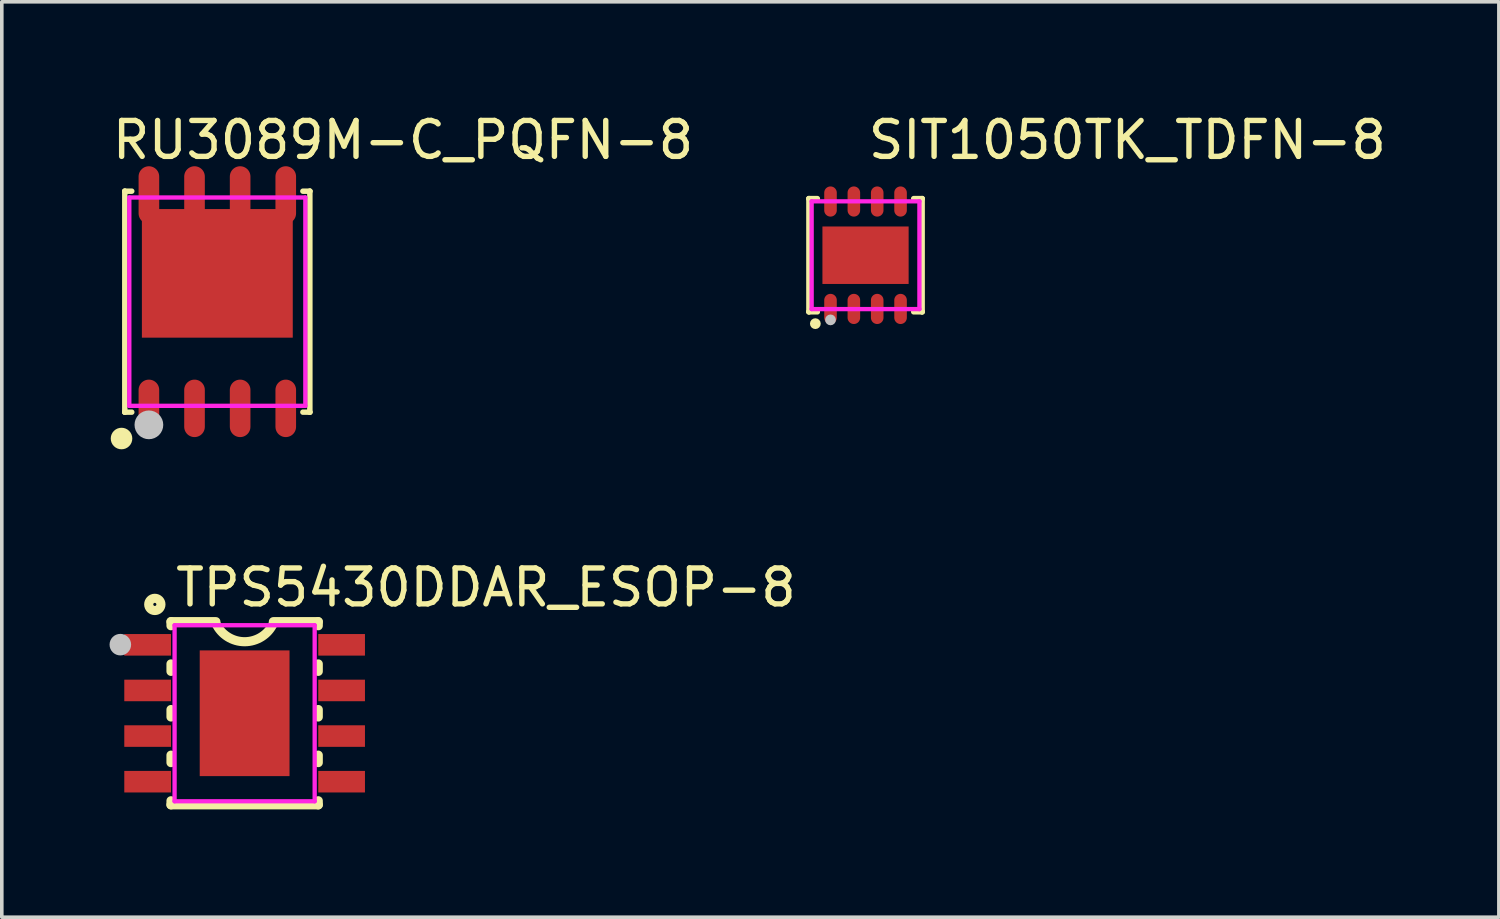
<source format=kicad_pcb>
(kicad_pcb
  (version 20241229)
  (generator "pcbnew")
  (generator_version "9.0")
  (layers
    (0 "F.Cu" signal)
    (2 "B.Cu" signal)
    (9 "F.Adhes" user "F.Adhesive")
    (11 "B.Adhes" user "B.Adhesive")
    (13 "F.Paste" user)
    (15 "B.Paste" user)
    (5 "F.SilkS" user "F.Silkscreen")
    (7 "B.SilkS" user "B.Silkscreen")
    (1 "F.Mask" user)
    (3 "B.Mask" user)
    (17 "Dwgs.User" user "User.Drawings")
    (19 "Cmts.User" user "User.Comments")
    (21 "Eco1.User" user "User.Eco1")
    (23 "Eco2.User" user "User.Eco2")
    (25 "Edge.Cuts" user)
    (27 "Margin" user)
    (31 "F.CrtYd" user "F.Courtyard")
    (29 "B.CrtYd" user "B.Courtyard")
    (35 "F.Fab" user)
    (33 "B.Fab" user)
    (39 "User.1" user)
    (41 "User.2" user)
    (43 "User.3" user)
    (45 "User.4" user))
  (footprint "SIT1050TK_TDFN-8"
    (layer "F.Cu")
    (at 21.045 4.055)
    (property "Reference" "SIT1050TK_TDFN-8" (at 0 -3.207 0) (layer "F.SilkS") (effects (font (size 1 1) (thickness 0.15)) (justify left)))
    (attr through_hole)
    (fp_line (start -1.576 -1.576) (end -1.576 -1.576) (stroke (width 0.152) (type solid)) (layer "F.SilkS"))
    (fp_line (start -1.576 -1.576) (end -1.341 -1.576) (stroke (width 0.152) (type solid)) (layer "F.SilkS"))
    (fp_line (start -1.576 1.576) (end -1.576 -1.576) (stroke (width 0.152) (type solid)) (layer "F.SilkS"))
    (fp_line (start -1.576 1.576) (end -1.576 1.576) (stroke (width 0.152) (type solid)) (layer "F.SilkS"))
    (fp_line (start -1.341 1.576) (end -1.576 1.576) (stroke (width 0.152) (type solid)) (layer "F.SilkS"))
    (fp_line (start 1.341 1.576) (end 1.576 1.576) (stroke (width 0.152) (type solid)) (layer "F.SilkS"))
    (fp_line (start 1.576 -1.576) (end 1.341 -1.576) (stroke (width 0.152) (type solid)) (layer "F.SilkS"))
    (fp_line (start 1.576 -1.576) (end 1.576 -1.576) (stroke (width 0.152) (type solid)) (layer "F.SilkS"))
    (fp_line (start 1.576 1.576) (end 1.576 -1.576) (stroke (width 0.152) (type solid)) (layer "F.SilkS"))
    (fp_line (start 1.576 1.576) (end 1.576 1.576) (stroke (width 0.152) (type solid)) (layer "F.SilkS"))
    (fp_circle (center -1.397 1.905) (end -1.322 1.905) (stroke (width 0.15) (type solid)) (fill no) (layer "F.SilkS"))
    (fp_circle (center -0.975 1.8) (end -0.9 1.8) (stroke (width 0.15) (type solid)) (fill no) (layer "Dwgs.User"))
    (fp_circle (center -1.5 1.5) (end -1.47 1.5) (stroke (width 0.06) (type solid)) (fill no) (layer "Eco2.User"))
    (fp_poly (pts (xy -1.1 -1.5) (xy -1.1 -1.1) (xy -0.85 -1.1) (xy -0.85 -1.5)) (stroke (width 0.12) (type solid)) (fill no) (layer "Eco2.User"))
    (fp_poly (pts (xy -1.1 1.5) (xy -1.1 1.1) (xy -0.85 1.1) (xy -0.85 1.5)) (stroke (width 0.12) (type solid)) (fill no) (layer "Eco2.User"))
    (fp_poly (pts (xy -0.45 -1.5) (xy -0.45 -1.1) (xy -0.2 -1.1) (xy -0.2 -1.5)) (stroke (width 0.12) (type solid)) (fill no) (layer "Eco2.User"))
    (fp_poly (pts (xy -0.45 1.5) (xy -0.45 1.1) (xy -0.2 1.1) (xy -0.2 1.5)) (stroke (width 0.12) (type solid)) (fill no) (layer "Eco2.User"))
    (fp_poly (pts (xy 0.2 -1.5) (xy 0.2 -1.1) (xy 0.45 -1.1) (xy 0.45 -1.5)) (stroke (width 0.12) (type solid)) (fill no) (layer "Eco2.User"))
    (fp_poly (pts (xy 0.2 1.5) (xy 0.2 1.1) (xy 0.45 1.1) (xy 0.45 1.5)) (stroke (width 0.12) (type solid)) (fill no) (layer "Eco2.User"))
    (fp_poly (pts (xy 0.85 -1.5) (xy 0.85 -1.1) (xy 1.1 -1.1) (xy 1.1 -1.5)) (stroke (width 0.12) (type solid)) (fill no) (layer "Eco2.User"))
    (fp_poly (pts (xy 0.85 1.5) (xy 0.85 1.1) (xy 1.1 1.1) (xy 1.1 1.5)) (stroke (width 0.12) (type solid)) (fill no) (layer "Eco2.User"))
    (fp_poly (pts (xy -1.2 0.64) (xy -1.2 -0.8) (xy 1.2 -0.8) (xy 1.2 0.8) (xy -1.04 0.8)) (stroke (width 0.12) (type solid)) (fill no) (layer "Eco2.User"))
    (fp_line (start -1.5 -1.5) (end 1.5 -1.5) (stroke (width 0.12) (type solid)) (layer "F.CrtYd"))
    (fp_line (start -1.5 1.5) (end -1.5 -1.5) (stroke (width 0.12) (type solid)) (layer "F.CrtYd"))
    (fp_line (start 1.5 -1.5) (end 1.5 1.5) (stroke (width 0.12) (type solid)) (layer "F.CrtYd"))
    (fp_line (start 1.5 1.5) (end -1.5 1.5) (stroke (width 0.12) (type solid)) (layer "F.CrtYd"))
    (pad "1" smd oval (at -0.975 1.495) (size 0.35 0.84) (layers "F.Cu" "F.Mask" "F.Paste"))
    (pad "2" smd oval (at -0.325 1.495) (size 0.35 0.84) (layers "F.Cu" "F.Mask" "F.Paste"))
    (pad "3" smd oval (at 0.325 1.495) (size 0.35 0.84) (layers "F.Cu" "F.Mask" "F.Paste"))
    (pad "4" smd oval (at 0.975 1.495) (size 0.35 0.84) (layers "F.Cu" "F.Mask" "F.Paste"))
    (pad "5" smd oval (at 0.975 -1.495) (size 0.35 0.84) (layers "F.Cu" "F.Mask" "F.Paste"))
    (pad "6" smd oval (at 0.325 -1.495) (size 0.35 0.84) (layers "F.Cu" "F.Mask" "F.Paste"))
    (pad "7" smd oval (at -0.325 -1.495) (size 0.35 0.84) (layers "F.Cu" "F.Mask" "F.Paste"))
    (pad "8" smd oval (at -0.975 -1.495) (size 0.35 0.84) (layers "F.Cu" "F.Mask" "F.Paste"))
    (pad "9" smd rect (at 0 0) (size 2.4 1.6) (layers "F.Cu" "F.Mask" "F.Paste")))
  (footprint "TPS5430DDAR_ESOP-8"
    (layer "F.Cu")
    (at 3.76 16.806)
    (property "Reference" "TPS5430DDAR_ESOP-8" (at -2 -3.5 0) (layer "F.SilkS") (effects (font (size 1 1) (thickness 0.15)) (justify left)))
    (attr through_hole)
    (fp_line (start -2.05 -2.55) (end -2.05 -2.436) (stroke (width 0.254) (type solid)) (layer "F.SilkS"))
    (fp_line (start -2.05 -1.374) (end -2.05 -1.166) (stroke (width 0.254) (type solid)) (layer "F.SilkS"))
    (fp_line (start -2.05 -0.104) (end -2.05 0.104) (stroke (width 0.254) (type solid)) (layer "F.SilkS"))
    (fp_line (start -2.05 1.166) (end -2.05 1.374) (stroke (width 0.254) (type solid)) (layer "F.SilkS"))
    (fp_line (start -2.05 2.436) (end -2.05 2.55) (stroke (width 0.254) (type solid)) (layer "F.SilkS"))
    (fp_line (start -0.8 -2.55) (end -2.05 -2.55) (stroke (width 0.254) (type solid)) (layer "F.SilkS"))
    (fp_line (start 0.8 -2.55) (end 2.05 -2.55) (stroke (width 0.254) (type solid)) (layer "F.SilkS"))
    (fp_line (start 2.05 -2.55) (end 2.05 -2.436) (stroke (width 0.254) (type solid)) (layer "F.SilkS"))
    (fp_line (start 2.05 -1.374) (end 2.05 -1.166) (stroke (width 0.254) (type solid)) (layer "F.SilkS"))
    (fp_line (start 2.05 -0.104) (end 2.05 0.104) (stroke (width 0.254) (type solid)) (layer "F.SilkS"))
    (fp_line (start 2.05 1.166) (end 2.05 1.374) (stroke (width 0.254) (type solid)) (layer "F.SilkS"))
    (fp_line (start 2.05 2.436) (end 2.05 2.55) (stroke (width 0.254) (type solid)) (layer "F.SilkS"))
    (fp_line (start 2.05 2.55) (end -2.05 2.55) (stroke (width 0.254) (type solid)) (layer "F.SilkS"))
    (fp_arc (start 0.799815 -2.499607) (mid -0.000217 -1.991471) (end -0.8 -2.5) (stroke (width 0.254) (type solid)) (layer "F.SilkS"))
    (fp_circle (center -2.5 -3.03) (end -2.33 -3.03) (stroke (width 0.254) (type solid)) (fill no) (layer "F.SilkS"))
    (fp_circle (center -3.46 -1.91) (end -3.31 -1.91) (stroke (width 0.3) (type solid)) (fill no) (layer "Dwgs.User"))
    (fp_line (start -2.175 -2.115) (end -1.94 -2.115) (stroke (width 0.12) (type solid)) (layer "Eco2.User"))
    (fp_line (start -2.175 -1.695) (end -2.175 -2.115) (stroke (width 0.12) (type solid)) (layer "Eco2.User"))
    (fp_line (start -2.175 -0.845) (end -1.94 -0.845) (stroke (width 0.12) (type solid)) (layer "Eco2.User"))
    (fp_line (start -2.175 -0.425) (end -2.175 -0.845) (stroke (width 0.12) (type solid)) (layer "Eco2.User"))
    (fp_line (start -2.175 0.425) (end -1.94 0.425) (stroke (width 0.12) (type solid)) (layer "Eco2.User"))
    (fp_line (start -2.175 0.845) (end -2.175 0.425) (stroke (width 0.12) (type solid)) (layer "Eco2.User"))
    (fp_line (start -2.175 1.695) (end -1.94 1.695) (stroke (width 0.12) (type solid)) (layer "Eco2.User"))
    (fp_line (start -2.175 2.115) (end -2.175 1.695) (stroke (width 0.12) (type solid)) (layer "Eco2.User"))
    (fp_line (start -1.94 -2.115) (end -1.94 -1.695) (stroke (width 0.12) (type solid)) (layer "Eco2.User"))
    (fp_line (start -1.94 -1.695) (end -2.175 -1.695) (stroke (width 0.12) (type solid)) (layer "Eco2.User"))
    (fp_line (start -1.94 -0.845) (end -1.94 -0.425) (stroke (width 0.12) (type solid)) (layer "Eco2.User"))
    (fp_line (start -1.94 -0.425) (end -2.175 -0.425) (stroke (width 0.12) (type solid)) (layer "Eco2.User"))
    (fp_line (start -1.94 0.425) (end -1.94 0.845) (stroke (width 0.12) (type solid)) (layer "Eco2.User"))
    (fp_line (start -1.94 0.845) (end -2.175 0.845) (stroke (width 0.12) (type solid)) (layer "Eco2.User"))
    (fp_line (start -1.94 1.695) (end -1.94 2.115) (stroke (width 0.12) (type solid)) (layer "Eco2.User"))
    (fp_line (start -1.94 2.115) (end -2.175 2.115) (stroke (width 0.12) (type solid)) (layer "Eco2.User"))
    (fp_line (start 1.94 -2.115) (end 2.175 -2.115) (stroke (width 0.12) (type solid)) (layer "Eco2.User"))
    (fp_line (start 1.94 -1.695) (end 1.94 -2.115) (stroke (width 0.12) (type solid)) (layer "Eco2.User"))
    (fp_line (start 1.94 -0.845) (end 2.175 -0.845) (stroke (width 0.12) (type solid)) (layer "Eco2.User"))
    (fp_line (start 1.94 -0.425) (end 1.94 -0.845) (stroke (width 0.12) (type solid)) (layer "Eco2.User"))
    (fp_line (start 1.94 0.425) (end 2.175 0.425) (stroke (width 0.12) (type solid)) (layer "Eco2.User"))
    (fp_line (start 1.94 0.845) (end 1.94 0.425) (stroke (width 0.12) (type solid)) (layer "Eco2.User"))
    (fp_line (start 1.94 1.695) (end 2.175 1.695) (stroke (width 0.12) (type solid)) (layer "Eco2.User"))
    (fp_line (start 1.94 2.115) (end 1.94 1.695) (stroke (width 0.12) (type solid)) (layer "Eco2.User"))
    (fp_line (start 2.175 -2.115) (end 2.175 -1.695) (stroke (width 0.12) (type solid)) (layer "Eco2.User"))
    (fp_line (start 2.175 -1.695) (end 1.94 -1.695) (stroke (width 0.12) (type solid)) (layer "Eco2.User"))
    (fp_line (start 2.175 -0.845) (end 2.175 -0.425) (stroke (width 0.12) (type solid)) (layer "Eco2.User"))
    (fp_line (start 2.175 -0.425) (end 1.94 -0.425) (stroke (width 0.12) (type solid)) (layer "Eco2.User"))
    (fp_line (start 2.175 0.425) (end 2.175 0.845) (stroke (width 0.12) (type solid)) (layer "Eco2.User"))
    (fp_line (start 2.175 0.845) (end 1.94 0.845) (stroke (width 0.12) (type solid)) (layer "Eco2.User"))
    (fp_line (start 2.175 1.695) (end 2.175 2.115) (stroke (width 0.12) (type solid)) (layer "Eco2.User"))
    (fp_line (start 2.175 2.115) (end 1.94 2.115) (stroke (width 0.12) (type solid)) (layer "Eco2.User"))
    (fp_circle (center -3 -2.45) (end -2.97 -2.45) (stroke (width 0.06) (type solid)) (fill no) (layer "Eco2.User"))
    (fp_poly (pts (xy -3 -2.115) (xy -2.165 -2.115) (xy -2.165 -1.695) (xy -3 -1.695)) (stroke (width 0.12) (type solid)) (fill no) (layer "Eco2.User"))
    (fp_poly (pts (xy -3 -0.845) (xy -2.165 -0.845) (xy -2.165 -0.425) (xy -3 -0.425)) (stroke (width 0.12) (type solid)) (fill no) (layer "Eco2.User"))
    (fp_poly (pts (xy -3 0.425) (xy -2.165 0.425) (xy -2.165 0.845) (xy -3 0.845)) (stroke (width 0.12) (type solid)) (fill no) (layer "Eco2.User"))
    (fp_poly (pts (xy -3 1.695) (xy -2.165 1.695) (xy -2.165 2.115) (xy -3 2.115)) (stroke (width 0.12) (type solid)) (fill no) (layer "Eco2.User"))
    (fp_poly (pts (xy -1.206 1.65) (xy -1.206 -1.65) (xy 1.207 -1.65) (xy 1.207 1.65)) (stroke (width 0.12) (type solid)) (fill no) (layer "Eco2.User"))
    (fp_poly (pts (xy 2.165 -2.115) (xy 3 -2.115) (xy 3 -1.695) (xy 2.165 -1.695)) (stroke (width 0.12) (type solid)) (fill no) (layer "Eco2.User"))
    (fp_poly (pts (xy 2.165 -0.845) (xy 3 -0.845) (xy 3 -0.425) (xy 2.165 -0.425)) (stroke (width 0.12) (type solid)) (fill no) (layer "Eco2.User"))
    (fp_poly (pts (xy 2.165 0.425) (xy 3 0.425) (xy 3 0.845) (xy 2.165 0.845)) (stroke (width 0.12) (type solid)) (fill no) (layer "Eco2.User"))
    (fp_poly (pts (xy 2.165 1.695) (xy 3 1.695) (xy 3 2.115) (xy 2.165 2.115)) (stroke (width 0.12) (type solid)) (fill no) (layer "Eco2.User"))
    (fp_line (start -1.95 -2.45) (end 1.95 -2.45) (stroke (width 0.12) (type solid)) (layer "F.CrtYd"))
    (fp_line (start -1.95 2.45) (end -1.95 -2.45) (stroke (width 0.12) (type solid)) (layer "F.CrtYd"))
    (fp_line (start 1.95 -2.45) (end 1.95 2.45) (stroke (width 0.12) (type solid)) (layer "F.CrtYd"))
    (fp_line (start 1.95 2.45) (end -1.95 2.45) (stroke (width 0.12) (type solid)) (layer "F.CrtYd"))
    (pad "1" smd rect (at -2.7 -1.905) (size 1.3 0.6) (layers "F.Cu" "F.Mask" "F.Paste"))
    (pad "2" smd rect (at -2.7 -0.635) (size 1.3 0.6) (layers "F.Cu" "F.Mask" "F.Paste"))
    (pad "3" smd rect (at -2.7 0.635) (size 1.3 0.6) (layers "F.Cu" "F.Mask" "F.Paste"))
    (pad "4" smd rect (at -2.7 1.905) (size 1.3 0.6) (layers "F.Cu" "F.Mask" "F.Paste"))
    (pad "5" smd rect (at 2.7 1.905) (size 1.3 0.6) (layers "F.Cu" "F.Mask" "F.Paste"))
    (pad "6" smd rect (at 2.7 0.635) (size 1.3 0.6) (layers "F.Cu" "F.Mask" "F.Paste"))
    (pad "7" smd rect (at 2.7 -0.635) (size 1.3 0.6) (layers "F.Cu" "F.Mask" "F.Paste"))
    (pad "8" smd rect (at 2.7 -1.905) (size 1.3 0.6) (layers "F.Cu" "F.Mask" "F.Paste"))
    (pad "9" smd rect (at 0 0) (size 2.5 3.5) (layers "F.Cu" "F.Mask" "F.Paste")))
  (footprint "RU3089M-C_PQFN-8"
    (layer "F.Cu")
    (at 3 5.348)
    (property "Reference" "RU3089M-C_PQFN-8" (at -3 -4.5 0) (layer "F.SilkS") (effects (font (size 1 1) (thickness 0.15)) (justify left)))
    (attr through_hole)
    (fp_line (start -2.576 -3.076) (end -2.576 -3.076) (stroke (width 0.152) (type solid)) (layer "F.SilkS"))
    (fp_line (start -2.576 -3.076) (end -2.382 -3.076) (stroke (width 0.152) (type solid)) (layer "F.SilkS"))
    (fp_line (start -2.576 3.076) (end -2.576 -3.076) (stroke (width 0.152) (type solid)) (layer "F.SilkS"))
    (fp_line (start -2.576 3.076) (end -2.576 3.076) (stroke (width 0.152) (type solid)) (layer "F.SilkS"))
    (fp_line (start -2.382 3.076) (end -2.576 3.076) (stroke (width 0.152) (type solid)) (layer "F.SilkS"))
    (fp_line (start 2.382 3.076) (end 2.576 3.076) (stroke (width 0.152) (type solid)) (layer "F.SilkS"))
    (fp_line (start 2.576 -3.076) (end 2.382 -3.076) (stroke (width 0.152) (type solid)) (layer "F.SilkS"))
    (fp_line (start 2.576 -3.076) (end 2.576 -3.076) (stroke (width 0.152) (type solid)) (layer "F.SilkS"))
    (fp_line (start 2.576 3.076) (end 2.576 -3.076) (stroke (width 0.152) (type solid)) (layer "F.SilkS"))
    (fp_line (start 2.576 3.076) (end 2.576 3.076) (stroke (width 0.152) (type solid)) (layer "F.SilkS"))
    (fp_circle (center -2.667 3.81) (end -2.517 3.81) (stroke (width 0.3) (type solid)) (fill no) (layer "F.SilkS"))
    (fp_poly (pts (xy -2.192 2.457) (xy -2.186 2.401) (xy -2.17 2.347) (xy -2.144 2.298) (xy -2.108 2.254) (xy -2.064 2.218) (xy -2.015 2.192) (xy -1.961 2.176) (xy -1.905 2.17) (xy -1.849 2.176) (xy -1.795 2.192) (xy -1.746 2.218) (xy -1.702 2.254) (xy -1.666 2.298) (xy -1.64 2.347) (xy -1.624 2.401) (xy -1.618 2.457) (xy -1.618 3.483) (xy -1.624 3.539) (xy -1.64 3.593) (xy -1.666 3.642) (xy -1.702 3.686) (xy -1.746 3.722) (xy -1.795 3.748) (xy -1.849 3.765) (xy -1.905 3.77) (xy -1.961 3.765) (xy -2.015 3.748) (xy -2.064 3.722) (xy -2.108 3.686) (xy -2.144 3.642) (xy -2.17 3.593) (xy -2.186 3.539) (xy -2.192 3.483)) (stroke (width 0.12) (type solid)) (fill yes) (layer "F.Paste"))
    (fp_poly (pts (xy -0.922 2.457) (xy -0.916 2.401) (xy -0.9 2.347) (xy -0.874 2.298) (xy -0.838 2.254) (xy -0.794 2.218) (xy -0.745 2.192) (xy -0.691 2.176) (xy -0.635 2.17) (xy -0.579 2.176) (xy -0.525 2.192) (xy -0.476 2.218) (xy -0.432 2.254) (xy -0.396 2.298) (xy -0.37 2.347) (xy -0.354 2.401) (xy -0.348 2.457) (xy -0.348 3.483) (xy -0.354 3.539) (xy -0.37 3.593) (xy -0.396 3.642) (xy -0.432 3.686) (xy -0.476 3.722) (xy -0.525 3.748) (xy -0.579 3.765) (xy -0.635 3.77) (xy -0.691 3.765) (xy -0.745 3.748) (xy -0.794 3.722) (xy -0.838 3.686) (xy -0.874 3.642) (xy -0.9 3.593) (xy -0.916 3.539) (xy -0.922 3.483)) (stroke (width 0.12) (type solid)) (fill yes) (layer "F.Paste"))
    (fp_poly (pts (xy 0.348 2.457) (xy 0.354 2.401) (xy 0.37 2.347) (xy 0.396 2.298) (xy 0.432 2.254) (xy 0.476 2.218) (xy 0.525 2.192) (xy 0.579 2.176) (xy 0.635 2.17) (xy 0.691 2.176) (xy 0.745 2.192) (xy 0.794 2.218) (xy 0.838 2.254) (xy 0.874 2.298) (xy 0.9 2.347) (xy 0.916 2.401) (xy 0.922 2.457) (xy 0.922 3.483) (xy 0.916 3.539) (xy 0.9 3.593) (xy 0.874 3.642) (xy 0.838 3.686) (xy 0.794 3.722) (xy 0.745 3.748) (xy 0.691 3.765) (xy 0.635 3.77) (xy 0.579 3.765) (xy 0.525 3.748) (xy 0.476 3.722) (xy 0.432 3.686) (xy 0.396 3.642) (xy 0.37 3.593) (xy 0.354 3.539) (xy 0.348 3.483)) (stroke (width 0.12) (type solid)) (fill yes) (layer "F.Paste"))
    (fp_poly (pts (xy 1.618 2.457) (xy 1.624 2.401) (xy 1.64 2.347) (xy 1.666 2.298) (xy 1.702 2.254) (xy 1.746 2.218) (xy 1.795 2.192) (xy 1.849 2.176) (xy 1.905 2.17) (xy 1.961 2.176) (xy 2.015 2.192) (xy 2.064 2.218) (xy 2.108 2.254) (xy 2.144 2.298) (xy 2.17 2.347) (xy 2.186 2.401) (xy 2.192 2.457) (xy 2.192 3.483) (xy 2.186 3.539) (xy 2.17 3.593) (xy 2.144 3.642) (xy 2.108 3.686) (xy 2.064 3.722) (xy 2.015 3.748) (xy 1.961 3.765) (xy 1.905 3.77) (xy 1.849 3.765) (xy 1.795 3.748) (xy 1.746 3.722) (xy 1.702 3.686) (xy 1.666 3.642) (xy 1.64 3.593) (xy 1.624 3.539) (xy 1.618 3.483)) (stroke (width 0.12) (type solid)) (fill yes) (layer "F.Paste"))
    (fp_poly (pts (xy 2.1 1) (xy 2.1 -2.25) (xy 2.138 -2.297) (xy 2.167 -2.35) (xy 2.184 -2.407) (xy 2.19 -2.467) (xy 2.19 -2.52) (xy 2.19 -3.51) (xy 2.185 -3.561) (xy 2.17 -3.609) (xy 2.146 -3.654) (xy 2.114 -3.694) (xy 2.074 -3.726) (xy 2.029 -3.75) (xy 1.981 -3.765) (xy 1.93 -3.77) (xy 1.88 -3.77) (xy 1.829 -3.765) (xy 1.78 -3.75) (xy 1.736 -3.726) (xy 1.696 -3.694) (xy 1.664 -3.654) (xy 1.64 -3.609) (xy 1.625 -3.561) (xy 1.62 -3.51) (xy 1.62 -2.58) (xy 0.92 -2.58) (xy 0.92 -3.49) (xy 0.915 -3.545) (xy 0.899 -3.597) (xy 0.873 -3.646) (xy 0.838 -3.688) (xy 0.796 -3.723) (xy 0.747 -3.749) (xy 0.695 -3.765) (xy 0.64 -3.77) (xy 0.63 -3.77) (xy 0.575 -3.765) (xy 0.523 -3.749) (xy 0.474 -3.723) (xy 0.432 -3.688) (xy 0.397 -3.646) (xy 0.371 -3.597) (xy 0.355 -3.545) (xy 0.35 -3.49) (xy 0.35 -3.46) (xy 0.35 -2.58) (xy -0.35 -2.58) (xy -0.35 -3.52) (xy -0.355 -3.569) (xy -0.369 -3.616) (xy -0.392 -3.659) (xy -0.423 -3.697) (xy -0.461 -3.728) (xy -0.504 -3.751) (xy -0.551 -3.765) (xy -0.6 -3.77) (xy -0.64 -3.77) (xy -0.695 -3.765) (xy -0.747 -3.749) (xy -0.796 -3.723) (xy -0.838 -3.688) (xy -0.873 -3.646) (xy -0.899 -3.597) (xy -0.915 -3.545) (xy -0.92 -3.49) (xy -0.92 -2.58) (xy -1.62 -2.58) (xy -1.62 -3.51) (xy -1.625 -3.561) (xy -1.64 -3.609) (xy -1.664 -3.654) (xy -1.696 -3.694) (xy -1.736 -3.726) (xy -1.78 -3.75) (xy -1.829 -3.765) (xy -1.88 -3.77) (xy -1.91 -3.77) (xy -1.965 -3.765) (xy -2.017 -3.749) (xy -2.066 -3.723) (xy -2.108 -3.688) (xy -2.143 -3.646) (xy -2.169 -3.597) (xy -2.185 -3.545) (xy -2.19 -3.49) (xy -2.19 -3.46) (xy -2.19 -2.44) (xy -2.185 -2.388) (xy -2.17 -2.338) (xy -2.145 -2.292) (xy -2.112 -2.252) (xy -2.1 -2.24) (xy -2.104 -2.235) (xy -2.107 -2.229) (xy -2.109 -2.223) (xy -2.11 -2.216) (xy -2.11 1.01)) (stroke (width 0.12) (type solid)) (fill yes) (layer "F.Paste"))
    (fp_circle (center -1.905 3.429) (end -1.705 3.429) (stroke (width 0.4) (type solid)) (fill no) (layer "Dwgs.User"))
    (fp_circle (center -2.5 3) (end -2.47 3) (stroke (width 0.06) (type solid)) (fill no) (layer "Eco2.User"))
    (fp_poly (pts (xy -2.11 -3) (xy -2.11 -2.195) (xy -1.7 -2.195) (xy -1.7 -3)) (stroke (width 0.12) (type solid)) (fill no) (layer "Eco2.User"))
    (fp_poly (pts (xy -2.11 3) (xy -2.11 2.195) (xy -1.7 2.195) (xy -1.7 3)) (stroke (width 0.12) (type solid)) (fill no) (layer "Eco2.User"))
    (fp_poly (pts (xy -0.84 -3) (xy -0.84 -2.195) (xy -0.43 -2.195) (xy -0.43 -3)) (stroke (width 0.12) (type solid)) (fill no) (layer "Eco2.User"))
    (fp_poly (pts (xy -0.84 3) (xy -0.84 2.195) (xy -0.43 2.195) (xy -0.43 3)) (stroke (width 0.12) (type solid)) (fill no) (layer "Eco2.User"))
    (fp_poly (pts (xy 0.43 -3) (xy 0.43 -2.195) (xy 0.84 -2.195) (xy 0.84 -3)) (stroke (width 0.12) (type solid)) (fill no) (layer "Eco2.User"))
    (fp_poly (pts (xy 0.43 3) (xy 0.43 2.195) (xy 0.84 2.195) (xy 0.84 3)) (stroke (width 0.12) (type solid)) (fill no) (layer "Eco2.User"))
    (fp_poly (pts (xy 1.7 -3) (xy 1.7 -2.195) (xy 2.11 -2.195) (xy 2.11 -3)) (stroke (width 0.12) (type solid)) (fill no) (layer "Eco2.User"))
    (fp_poly (pts (xy 1.7 3) (xy 1.7 2.195) (xy 2.11 2.195) (xy 2.11 3)) (stroke (width 0.12) (type solid)) (fill no) (layer "Eco2.User"))
    (fp_poly (pts (xy -2.1 0.644) (xy -2.1 -2.578) (xy 2.1 -2.578) (xy 2.1 1.002) (xy -1.742 1.002)) (stroke (width 0.12) (type solid)) (fill no) (layer "Eco2.User"))
    (fp_line (start -2.45 -2.9) (end 2.45 -2.9) (stroke (width 0.12) (type solid)) (layer "F.CrtYd"))
    (fp_line (start -2.45 2.9) (end -2.45 -2.9) (stroke (width 0.12) (type solid)) (layer "F.CrtYd"))
    (fp_line (start 2.45 -2.9) (end 2.45 2.9) (stroke (width 0.12) (type solid)) (layer "F.CrtYd"))
    (fp_line (start 2.45 2.9) (end -2.45 2.9) (stroke (width 0.12) (type solid)) (layer "F.CrtYd"))
    (pad "1" smd oval (at -1.905 2.97) (size 0.574 1.6) (layers "F.Cu" "F.Mask" "F.Paste"))
    (pad "2" smd oval (at -0.635 2.97) (size 0.574 1.6) (layers "F.Cu" "F.Mask" "F.Paste"))
    (pad "3" smd oval (at 0.635 2.97) (size 0.574 1.6) (layers "F.Cu" "F.Mask" "F.Paste"))
    (pad "4" smd oval (at 1.905 2.97) (size 0.574 1.6) (layers "F.Cu" "F.Mask" "F.Paste"))
    (pad "5" smd oval (at 1.905 -2.97) (size 0.574 1.6) (layers "F.Cu" "F.Mask" "F.Paste"))
    (pad "6" smd oval (at 0.635 -2.97) (size 0.574 1.6) (layers "F.Cu" "F.Mask" "F.Paste"))
    (pad "7" smd oval (at -0.635 -2.97) (size 0.574 1.6) (layers "F.Cu" "F.Mask" "F.Paste"))
    (pad "8" smd oval (at -1.905 -2.97) (size 0.574 1.6) (layers "F.Cu" "F.Mask" "F.Paste"))
    (pad "9" smd rect (at 0 -0.788) (size 4.2 3.58) (layers "F.Cu" "F.Mask" "F.Paste")))
  (gr_rect
    (start -3 -3)
    (end 38.676 22.483)
    (stroke (width 0.1) (type default))
    (fill no)
    (layer "Edge.Cuts")))
</source>
